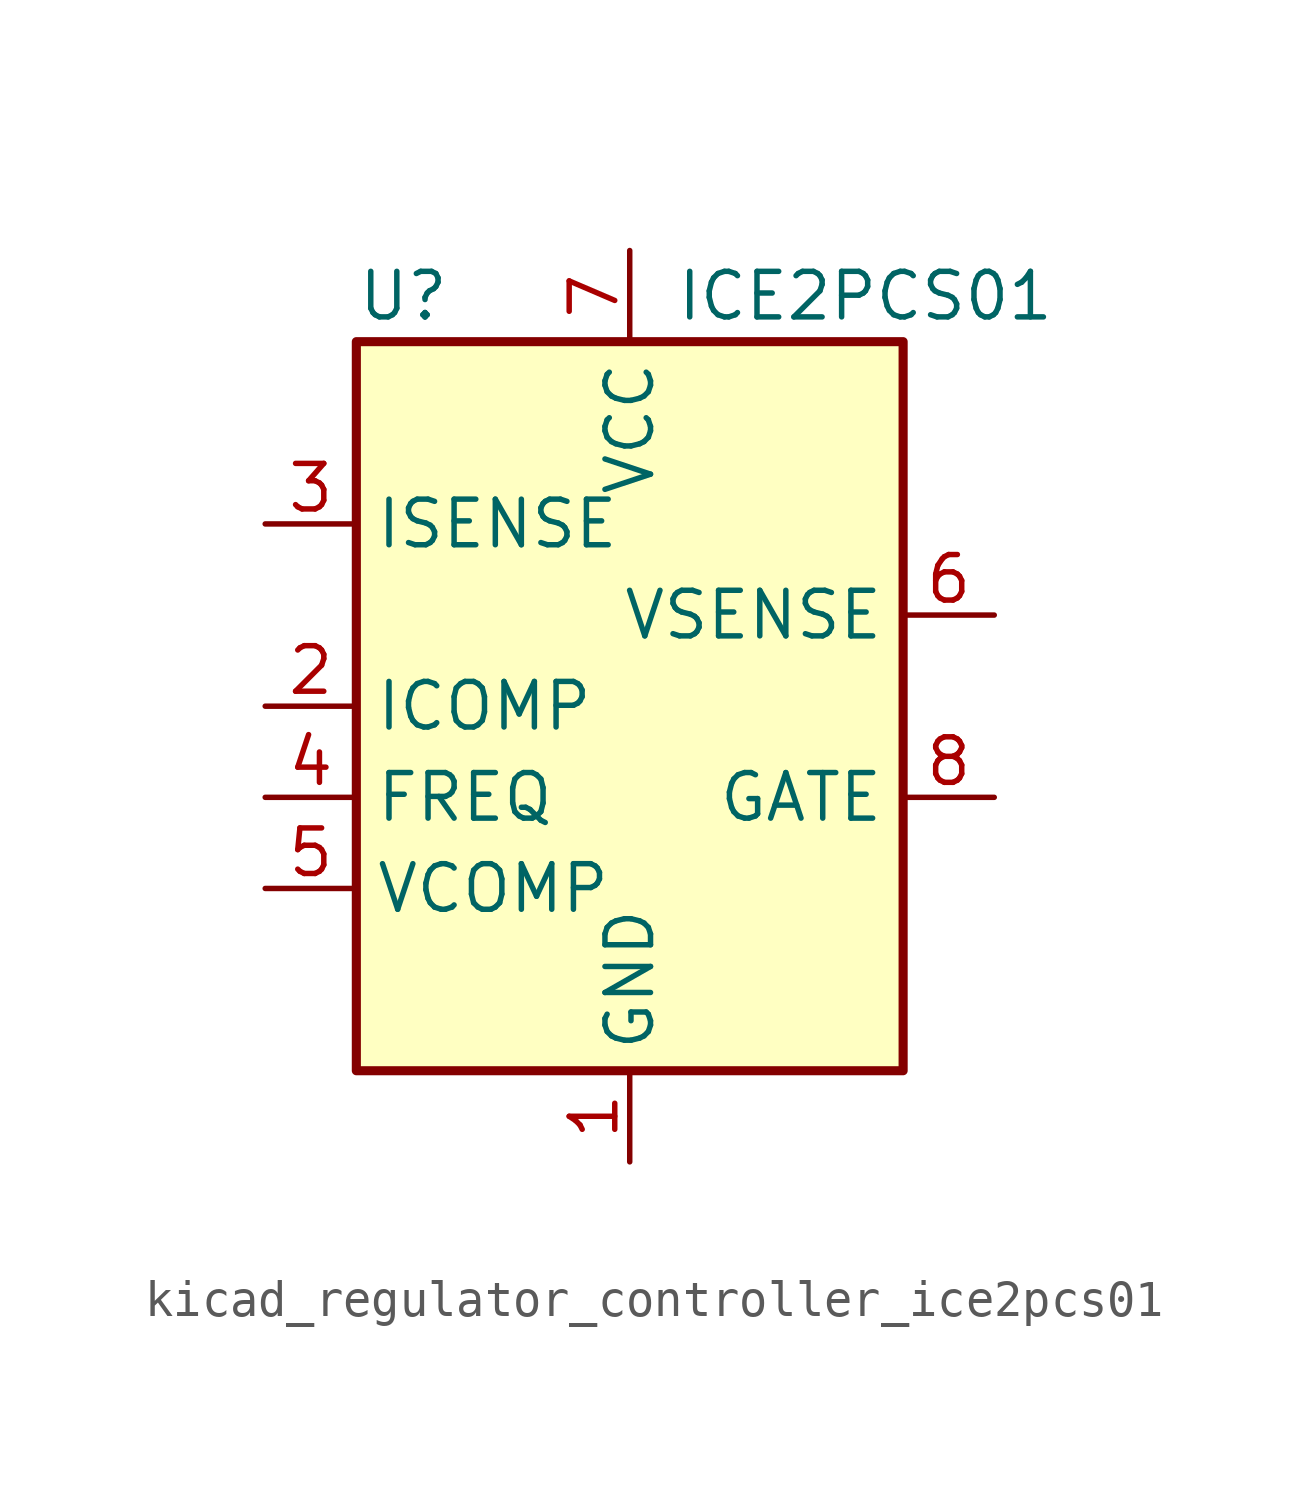
<source format=kicad_sym>
(kicad_symbol_lib
  (version 20220914)
  (generator kicad_symbol_editor)
  (symbol "kicad_regulator_controller_ice2pcs01"
    (property "Reference" "U"
      (at -7.62 11.43 0)
      (effects (font (size 1.27 1.27)) (justify left)))
    (property "Value" "ICE2PCS01"
      (at 1.27 11.43 0)
      (effects (font (size 1.27 1.27)) (justify left)))
    (symbol "kicad_regulator_controller_ice2pcs01_0_0"
      (rectangle (start -7.62 10.16) (end 7.62 -10.16) (stroke (width 0.254) (type default)) (fill (type background))))
    (symbol "kicad_regulator_controller_ice2pcs01_1_1"
      (pin power_in line (at 0 -12.7 90) (length 2.54) (name "GND" (effects (font (size 1.27 1.27)))) (number "1" (effects (font (size 1.27 1.27)))))
      (pin passive line (at -10.16 0 0) (length 2.54) (name "ICOMP" (effects (font (size 1.27 1.27)))) (number "2" (effects (font (size 1.27 1.27)))))
      (pin input line (at -10.16 5.08 0) (length 2.54) (name "ISENSE" (effects (font (size 1.27 1.27)))) (number "3" (effects (font (size 1.27 1.27)))))
      (pin passive line (at -10.16 -2.54 0) (length 2.54) (name "FREQ" (effects (font (size 1.27 1.27)))) (number "4" (effects (font (size 1.27 1.27)))))
      (pin passive line (at -10.16 -5.08 0) (length 2.54) (name "VCOMP" (effects (font (size 1.27 1.27)))) (number "5" (effects (font (size 1.27 1.27)))))
      (pin input line (at 10.16 2.54 180) (length 2.54) (name "VSENSE" (effects (font (size 1.27 1.27)))) (number "6" (effects (font (size 1.27 1.27)))))
      (pin power_in line (at 0 12.7 270) (length 2.54) (name "VCC" (effects (font (size 1.27 1.27)))) (number "7" (effects (font (size 1.27 1.27)))))
      (pin output line (at 10.16 -2.54 180) (length 2.54) (name "GATE" (effects (font (size 1.27 1.27)))) (number "8" (effects (font (size 1.27 1.27))))))))
</source>
